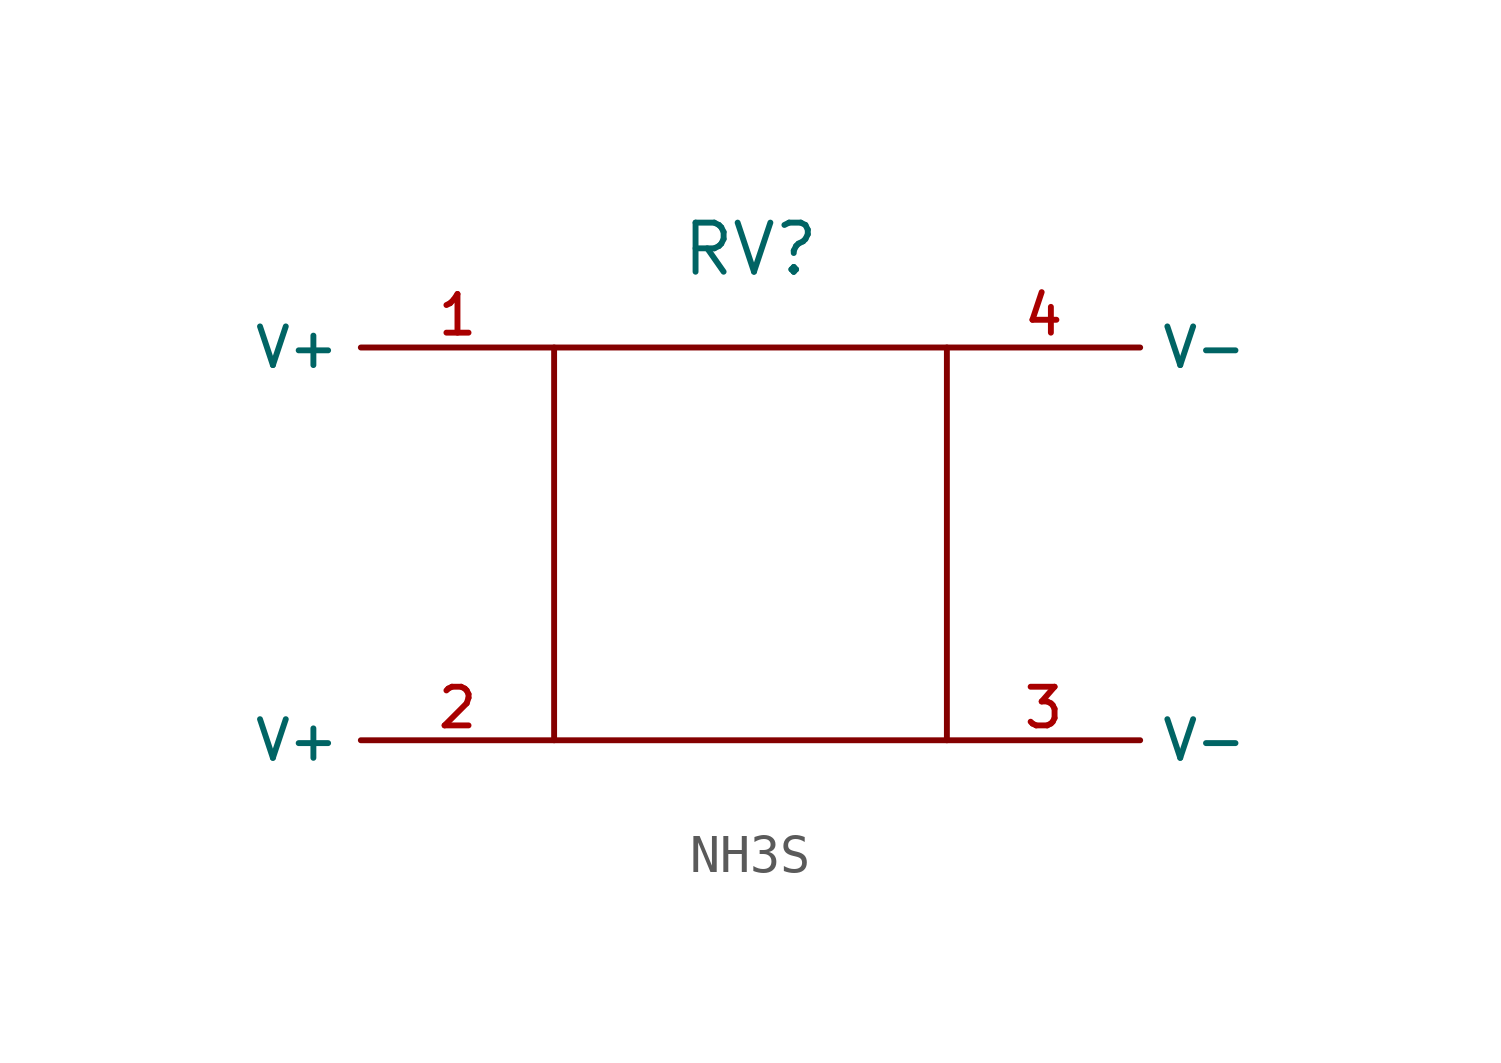
<source format=kicad_sym>
(kicad_symbol_lib
  (version 20220914)
  (generator kicad_symbol_editor)
  (symbol "NH3S"
    (property "Reference" "RV"
      (at 0 7.62 0)
      (effects (font (size 1.27 1.27))))
    (property "Value" ""
      (at 0 0 0)
      (effects (font (size 1.27 1.27))))
    (symbol "NH3S_0_1"
      (rectangle (start -5.08 5.08) (end 5.08 -5.08) (stroke (width 0) (type default)) (fill (type none))))
    (symbol "NH3S_1_1"
      (pin bidirectional line (at -5.08 5.08 180) (length 5) (name "V+" (effects (font (size 1 1)))) (number "1" (effects (font (size 1 1)))))
      (pin bidirectional line (at -5.08 -5.08 180) (length 5) (name "V+" (effects (font (size 1 1)))) (number "2" (effects (font (size 1 1)))))
      (pin bidirectional line (at 5.08 -5.08 0) (length 5) (name "V-" (effects (font (size 1 1)))) (number "3" (effects (font (size 1 1)))))
      (pin bidirectional line (at 5.08 5.08 0) (length 5) (name "V-" (effects (font (size 1 1)))) (number "4" (effects (font (size 1 1))))))))
</source>
